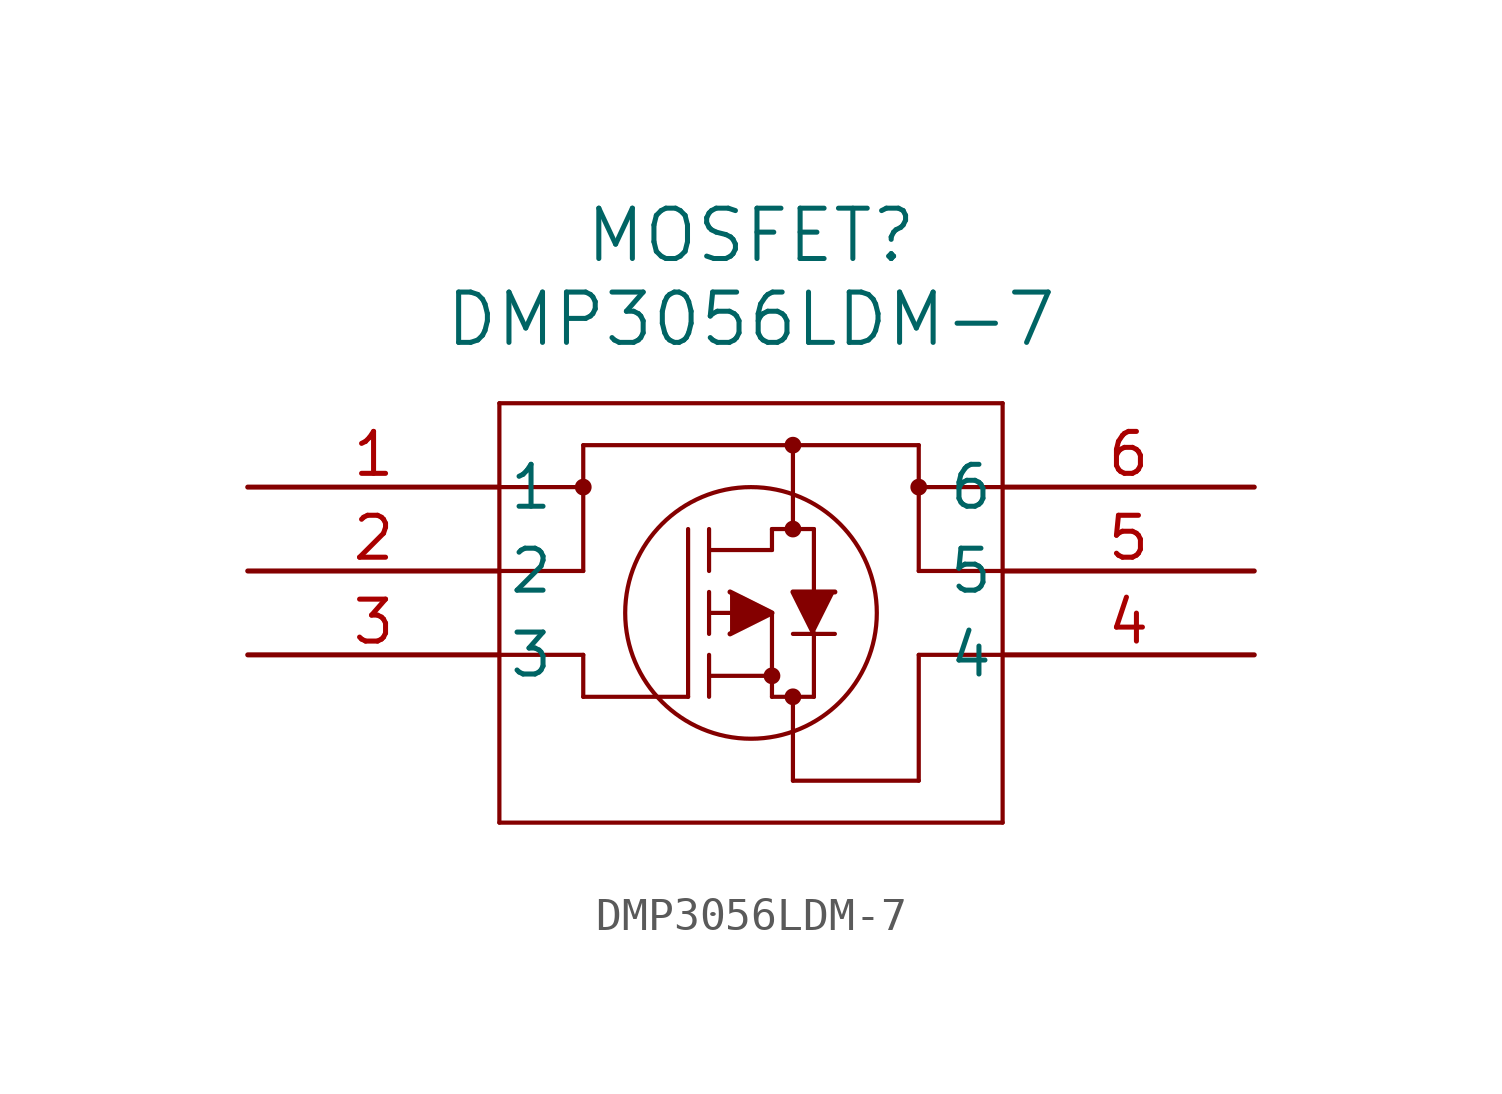
<source format=kicad_sym>
(kicad_symbol_lib
  (version 20211014)
  (generator kicad_symbol_editor)
  (symbol "DMP3056LDM-7"
    (pin_names
      (offset 0.254))
    (property "Reference" "MOSFET"
      (at 15.24 7.62 0)
      (effects (font (size 1.524 1.524))))
    (property "Value" "DMP3056LDM-7"
      (at 15.24 5.08 0)
      (effects (font (size 1.524 1.524))))
    (symbol "DMP3056LDM-7_0_1"
      (polyline (pts (xy 20.32 1.27) (xy 10.16 1.27)) (stroke (width 0.127) (type default) (color 0 0 0 0)) (fill (type none)))
      (polyline (pts (xy 22.86 -2.54) (xy 20.32 -2.54)) (stroke (width 0.127) (type default) (color 0 0 0 0)) (fill (type none)))
      (polyline (pts (xy 7.62 2.54) (xy 7.62 -10.16)) (stroke (width 0.127) (type default) (color 0 0 0 0)) (fill (type none)))
      (polyline (pts (xy 7.62 -10.16) (xy 22.86 -10.16)) (stroke (width 0.127) (type default) (color 0 0 0 0)) (fill (type none)))
      (polyline (pts (xy 22.86 -10.16) (xy 22.86 2.54)) (stroke (width 0.127) (type default) (color 0 0 0 0)) (fill (type none)))
      (polyline (pts (xy 22.86 2.54) (xy 7.62 2.54)) (stroke (width 0.127) (type default) (color 0 0 0 0)) (fill (type none)))
      (polyline (pts (xy 20.32 -2.54) (xy 20.32 1.27)) (stroke (width 0.127) (type default) (color 0 0 0 0)) (fill (type none)))
      (circle (center 16.51 -1.27) (radius 0.127) (stroke (width 0.254) (type default) (color 0 0 0 0)) (fill (type none)))
      (circle (center 16.51 -6.35) (radius 0.127) (stroke (width 0.254) (type default) (color 0 0 0 0)) (fill (type none)))
      (circle (center 15.875 -5.715) (radius 0.127) (stroke (width 0.254) (type default) (color 0 0 0 0)) (fill (type none)))
      (circle (center 15.24 -3.81) (radius 3.81) (stroke (width 0.127) (type default) (color 0 0 0 0)) (fill (type none)))
      (polyline (pts (xy 22.86 0) (xy 20.32 0)) (stroke (width 0.127) (type default) (color 0 0 0 0)) (fill (type none)))
      (polyline (pts (xy 13.335 -6.35) (xy 13.335 -1.27)) (stroke (width 0.127) (type default) (color 0 0 0 0)) (fill (type none)))
      (polyline (pts (xy 13.97 -4.445) (xy 13.97 -3.175)) (stroke (width 0.127) (type default) (color 0 0 0 0)) (fill (type none)))
      (polyline (pts (xy 13.97 -6.35) (xy 13.97 -5.08)) (stroke (width 0.127) (type default) (color 0 0 0 0)) (fill (type none)))
      (polyline (pts (xy 13.97 -2.54) (xy 13.97 -1.27)) (stroke (width 0.127) (type default) (color 0 0 0 0)) (fill (type none)))
      (polyline (pts (xy 15.24 -3.81) (xy 13.97 -3.81)) (stroke (width 0.127) (type default) (color 0 0 0 0)) (fill (type none)))
      (polyline (pts (xy 13.97 -5.715) (xy 15.875 -5.715)) (stroke (width 0.127) (type default) (color 0 0 0 0)) (fill (type none)))
      (polyline (pts (xy 15.875 -6.35) (xy 15.875 -3.81)) (stroke (width 0.127) (type default) (color 0 0 0 0)) (fill (type none)))
      (polyline (pts (xy 15.875 -6.35) (xy 17.145 -6.35)) (stroke (width 0.127) (type default) (color 0 0 0 0)) (fill (type none)))
      (polyline (pts (xy 13.97 -1.905) (xy 15.875 -1.905)) (stroke (width 0.127) (type default) (color 0 0 0 0)) (fill (type none)))
      (polyline (pts (xy 17.145 -3.175) (xy 17.145 -1.27)) (stroke (width 0.127) (type default) (color 0 0 0 0)) (fill (type none)))
      (polyline (pts (xy 17.145 -6.35) (xy 17.145 -4.445)) (stroke (width 0.127) (type default) (color 0 0 0 0)) (fill (type none)))
      (polyline (pts (xy 17.78 -4.445) (xy 16.51 -4.445)) (stroke (width 0.127) (type default) (color 0 0 0 0)) (fill (type none)))
      (polyline (pts (xy 15.875 -1.27) (xy 17.145 -1.27)) (stroke (width 0.127) (type default) (color 0 0 0 0)) (fill (type none)))
      (polyline (pts (xy 15.875 -1.905) (xy 15.875 -1.27)) (stroke (width 0.127) (type default) (color 0 0 0 0)) (fill (type none)))
      (polyline (pts (xy 16.51 -8.89) (xy 16.51 -6.35)) (stroke (width 0.127) (type default) (color 0 0 0 0)) (fill (type none)))
      (circle (center 20.32 0) (radius 0.127) (stroke (width 0.254) (type default) (color 0 0 0 0)) (fill (type none)))
      (polyline (pts (xy 7.62 0) (xy 10.16 0)) (stroke (width 0.127) (type default) (color 0 0 0 0)) (fill (type none)))
      (polyline (pts (xy 7.62 -2.54) (xy 10.16 -2.54)) (stroke (width 0.127) (type default) (color 0 0 0 0)) (fill (type none)))
      (circle (center 10.16 0) (radius 0.127) (stroke (width 0.254) (type default) (color 0 0 0 0)) (fill (type none)))
      (polyline (pts (xy 10.16 1.27) (xy 10.16 -2.54)) (stroke (width 0.127) (type default) (color 0 0 0 0)) (fill (type none)))
      (polyline (pts (xy 22.86 -5.08) (xy 20.32 -5.08)) (stroke (width 0.127) (type default) (color 0 0 0 0)) (fill (type none)))
      (polyline (pts (xy 20.32 -5.08) (xy 20.32 -8.89)) (stroke (width 0.127) (type default) (color 0 0 0 0)) (fill (type none)))
      (circle (center 16.51 1.27) (radius 0.127) (stroke (width 0.254) (type default) (color 0 0 0 0)) (fill (type none)))
      (polyline (pts (xy 16.51 1.27) (xy 16.51 -1.27)) (stroke (width 0.127) (type default) (color 0 0 0 0)) (fill (type none)))
      (polyline (pts (xy 13.335 -6.35) (xy 10.16 -6.35)) (stroke (width 0.127) (type default) (color 0 0 0 0)) (fill (type none)))
      (polyline (pts (xy 10.16 -6.35) (xy 10.16 -5.08)) (stroke (width 0.127) (type default) (color 0 0 0 0)) (fill (type none)))
      (polyline (pts (xy 10.16 -5.08) (xy 7.62 -5.08)) (stroke (width 0.127) (type default) (color 0 0 0 0)) (fill (type none)))
      (polyline (pts (xy 20.32 -8.89) (xy 16.51 -8.89)) (stroke (width 0.127) (type default) (color 0 0 0 0)) (fill (type none)))
      (polyline (pts (xy 14.605 -4.445) (xy 15.875 -3.81) (xy 14.605 -3.175)) (stroke (width 0) (type default) (color 0 0 0 0)) (fill (type outline)))
      (polyline (pts (xy 17.78 -3.175) (xy 16.51 -3.175) (xy 17.145 -4.445)) (stroke (width 0) (type default) (color 0 0 0 0)) (fill (type outline)))
      (pin unspecified line (at 0 0 0) (length 7.62) (name "1" (effects (font (size 1.27 1.27)))) (number "1" (effects (font (size 1.27 1.27)))))
      (pin unspecified line (at 0 -2.54 0) (length 7.62) (name "2" (effects (font (size 1.27 1.27)))) (number "2" (effects (font (size 1.27 1.27)))))
      (pin unspecified line (at 0 -5.08 0) (length 7.62) (name "3" (effects (font (size 1.27 1.27)))) (number "3" (effects (font (size 1.27 1.27)))))
      (pin unspecified line (at 30.48 -5.08 180) (length 7.62) (name "4" (effects (font (size 1.27 1.27)))) (number "4" (effects (font (size 1.27 1.27)))))
      (pin unspecified line (at 30.48 -2.54 180) (length 7.62) (name "5" (effects (font (size 1.27 1.27)))) (number "5" (effects (font (size 1.27 1.27)))))
      (pin unspecified line (at 30.48 0 180) (length 7.62) (name "6" (effects (font (size 1.27 1.27)))) (number "6" (effects (font (size 1.27 1.27))))))))
</source>
